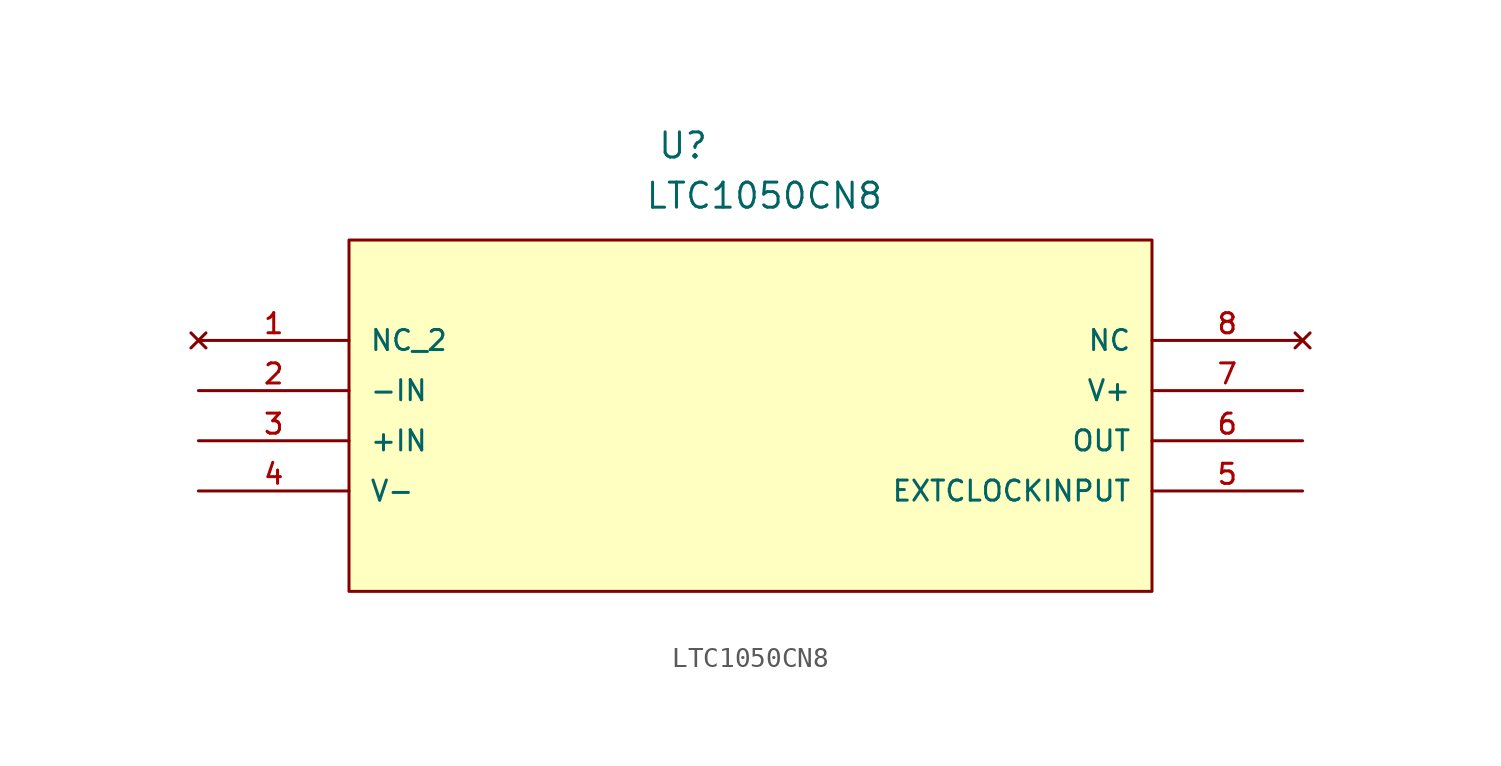
<source format=kicad_sym>
(kicad_symbol_lib
  (version 20211014)
  (generator kicad_symbol_editor)
  (symbol "LTC1050CN8"
    (pin_names
      (offset 1.016))
    (property "Reference" "U"
      (at 23.216 9.119 0.0)
      (effects (font (size 1.27 1.27)) (justify bottom left)))
    (property "Value" "LTC1050CN8"
      (at 22.581 6.579 0.0)
      (effects (font (size 1.27 1.27)) (justify bottom left)))
    (symbol "LTC1050CN8_0_0"
      (rectangle (start 7.62 -12.7) (end 48.26 5.08) (stroke (width 0.152)) (fill (type background)))
      (pin no_connect line (at 0.0 0.0 0) (length 7.62) (name "NC_2" (effects (font (size 1.016 1.016)))) (number "1" (effects (font (size 1.016 1.016)))))
      (pin input line (at 0.0 -2.54 0) (length 7.62) (name "-IN" (effects (font (size 1.016 1.016)))) (number "2" (effects (font (size 1.016 1.016)))))
      (pin input line (at 0.0 -5.08 0) (length 7.62) (name "+IN" (effects (font (size 1.016 1.016)))) (number "3" (effects (font (size 1.016 1.016)))))
      (pin power_in line (at 0.0 -7.62 0) (length 7.62) (name "V-" (effects (font (size 1.016 1.016)))) (number "4" (effects (font (size 1.016 1.016)))))
      (pin input line (at 55.88 -7.62 180.0) (length 7.62) (name "EXTCLOCKINPUT" (effects (font (size 1.016 1.016)))) (number "5" (effects (font (size 1.016 1.016)))))
      (pin output line (at 55.88 -5.08 180.0) (length 7.62) (name "OUT" (effects (font (size 1.016 1.016)))) (number "6" (effects (font (size 1.016 1.016)))))
      (pin power_in line (at 55.88 -2.54 180.0) (length 7.62) (name "V+" (effects (font (size 1.016 1.016)))) (number "7" (effects (font (size 1.016 1.016)))))
      (pin no_connect line (at 55.88 0.0 180.0) (length 7.62) (name "NC" (effects (font (size 1.016 1.016)))) (number "8" (effects (font (size 1.016 1.016))))))))
</source>
